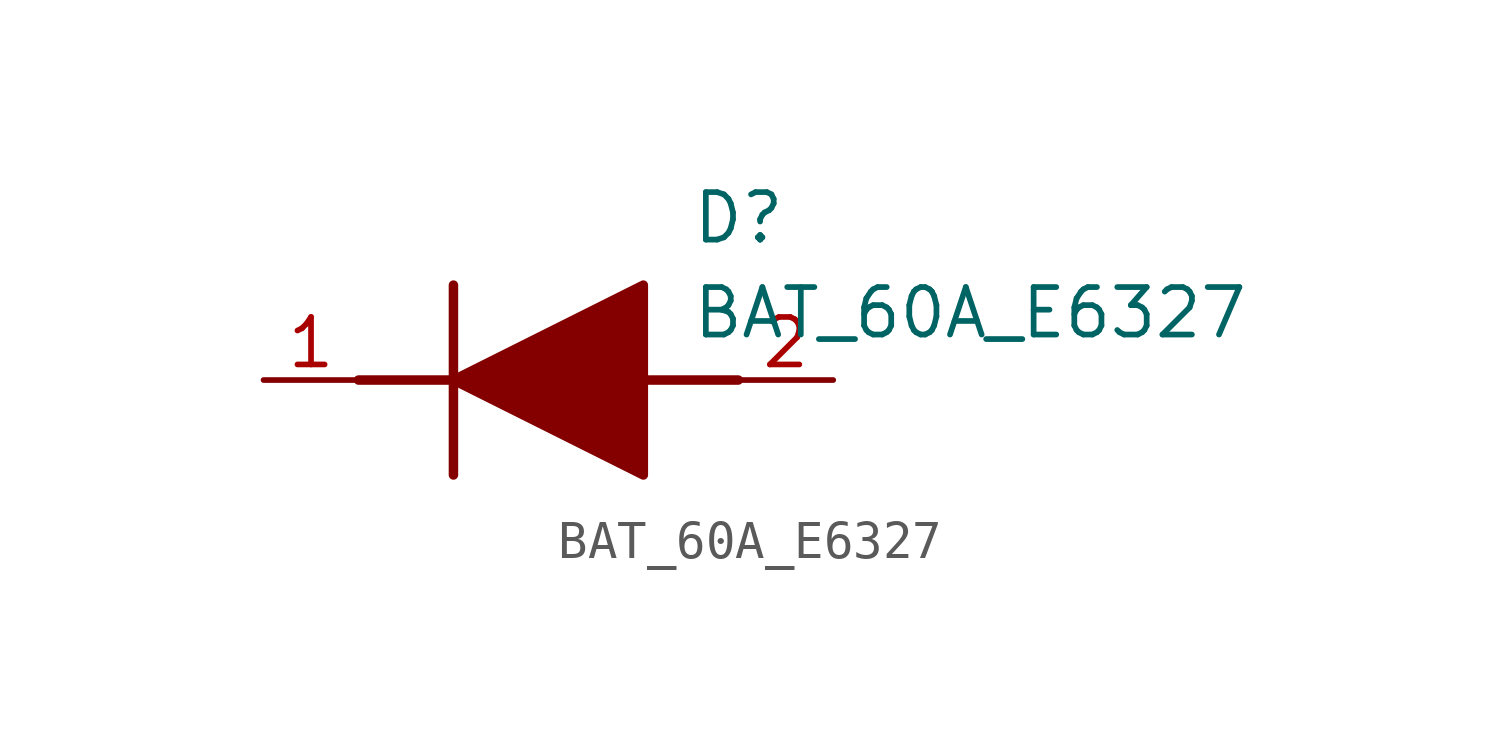
<source format=kicad_sym>
(kicad_symbol_lib
  (version 20220914)
  (generator SamacSys_ECAD_Model)
  (symbol "BAT_60A_E6327"
    (pin_names hide)
    (property "Reference" "D"
      (at 11.43 5.08 0)
      (effects (font (size 1.27 1.27)) (justify left top)))
    (property "Value" "BAT_60A_E6327"
      (at 11.43 2.54 0)
      (effects (font (size 1.27 1.27)) (justify left top)))
    (polyline
      (pts (xy 5.08 2.54) (xy 5.08 -2.54))
      (stroke (width 0.254) (type default))
      (fill (type none)))
    (polyline
      (pts (xy 2.54 0) (xy 5.08 0))
      (stroke (width 0.254) (type default))
      (fill (type none)))
    (polyline
      (pts (xy 10.16 0) (xy 12.7 0))
      (stroke (width 0.254) (type default))
      (fill (type none)))
    (polyline
      (pts (xy 5.08 0) (xy 10.16 2.54) (xy 10.16 -2.54) (xy 5.08 0))
      (stroke (width 0.254) (type default))
      (fill (type outline)))
    (pin bidirectional line
      (at 0 0 0)
      (length 2.54)
      (name "K" (effects (font (size 1.27 1.27))))
      (number "1" (effects (font (size 1.27 1.27)))))
    (pin bidirectional line
      (at 15.24 0 180)
      (length 2.54)
      (name "A" (effects (font (size 1.27 1.27))))
      (number "2" (effects (font (size 1.27 1.27)))))))
</source>
